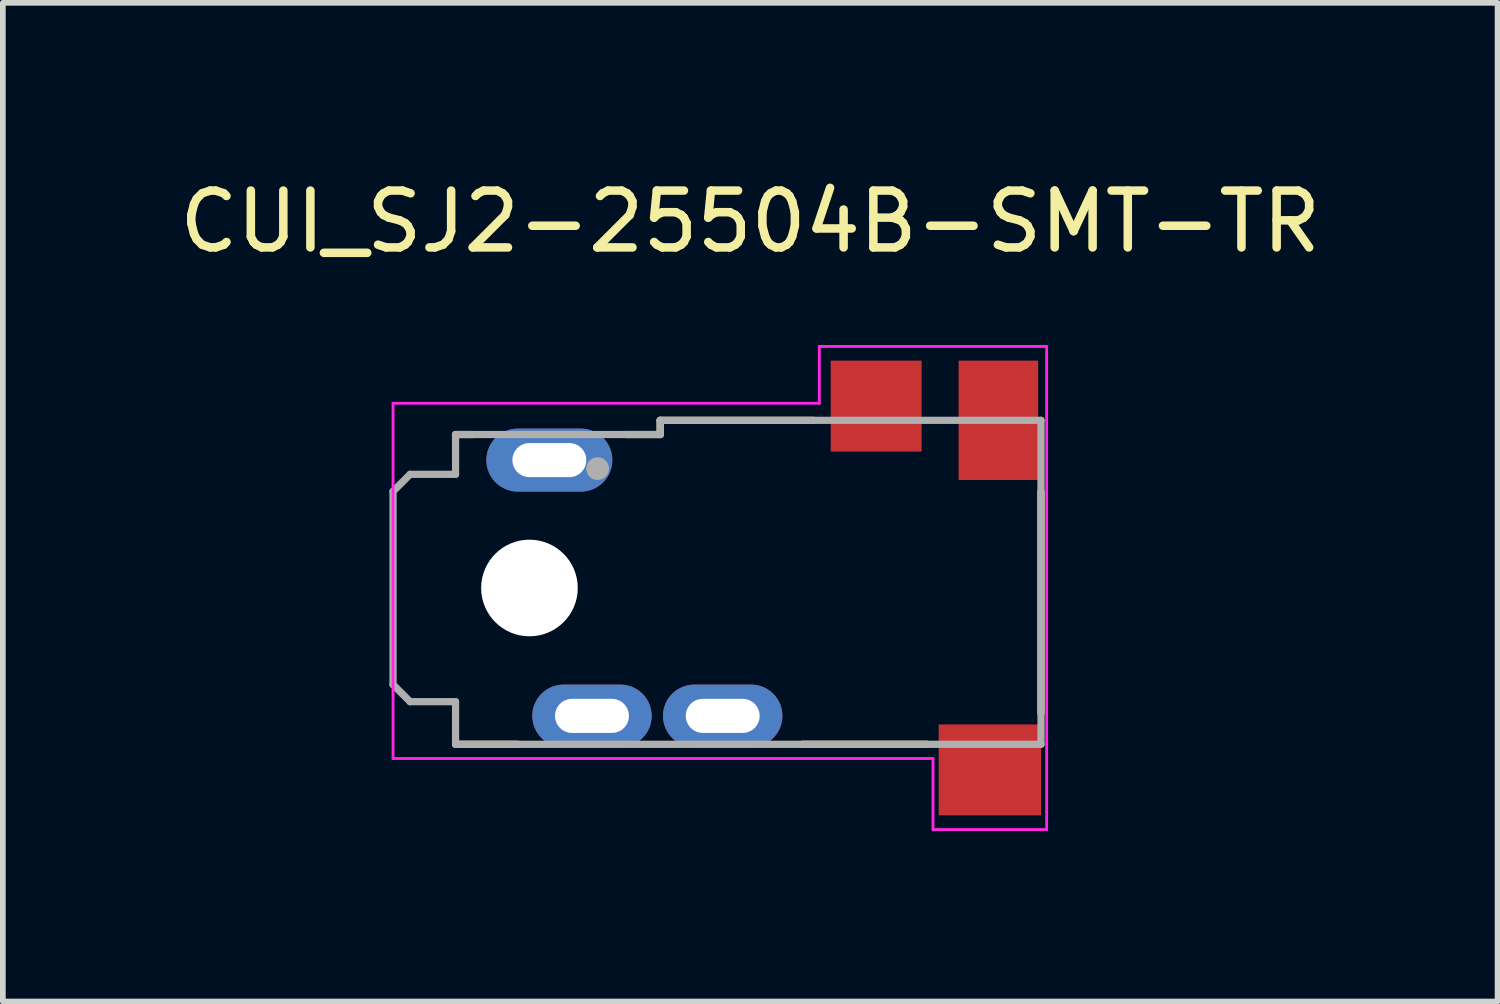
<source format=kicad_pcb>
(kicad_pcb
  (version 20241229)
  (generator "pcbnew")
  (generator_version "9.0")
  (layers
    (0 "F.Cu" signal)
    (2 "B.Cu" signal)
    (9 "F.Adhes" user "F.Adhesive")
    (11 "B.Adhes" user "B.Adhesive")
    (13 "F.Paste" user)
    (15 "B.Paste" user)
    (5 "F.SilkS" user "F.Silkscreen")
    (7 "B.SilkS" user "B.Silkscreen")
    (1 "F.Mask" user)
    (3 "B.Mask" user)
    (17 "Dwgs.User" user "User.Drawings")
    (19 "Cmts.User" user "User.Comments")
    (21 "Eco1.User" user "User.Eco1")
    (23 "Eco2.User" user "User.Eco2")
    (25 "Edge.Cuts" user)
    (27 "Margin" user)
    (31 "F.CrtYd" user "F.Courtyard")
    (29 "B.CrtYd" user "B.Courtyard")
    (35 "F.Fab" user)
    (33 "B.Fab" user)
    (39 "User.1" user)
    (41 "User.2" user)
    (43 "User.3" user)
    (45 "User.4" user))
  (footprint "CUI_SJ2-25504B-SMT-TR"
    (layer "F.Cu")
    (at 10.115 7.295)
    (property "Reference" "CUI_SJ2-25504B-SMT-TR" (at 0.034 -6.447 0) (layer "F.SilkS") (effects (font (size 1 1) (thickness 0.15))))
    (attr smd)
    (fp_line (start -4.85 -2.7) (end -5.15 -2.7) (stroke (width 0.127) (type solid)) (layer "F.SilkS"))
    (fp_line (start -4.05 2.75) (end -5.15 2.75) (stroke (width 0.127) (type solid)) (layer "F.SilkS"))
    (fp_line (start -1.55 -2.95) (end -1.55 -2.7) (stroke (width 0.127) (type solid)) (layer "F.SilkS"))
    (fp_line (start -1.55 -2.95) (end 1.15 -2.95) (stroke (width 0.127) (type solid)) (layer "F.SilkS"))
    (fp_line (start -1.55 -2.7) (end -2.15 -2.7) (stroke (width 0.127) (type solid)) (layer "F.SilkS"))
    (fp_line (start 3.15 2.75) (end 0.95 2.75) (stroke (width 0.127) (type solid)) (layer "F.SilkS"))
    (fp_line (start 5.15 -1.7) (end 5.15 2.2) (stroke (width 0.127) (type solid)) (layer "F.SilkS"))
    (fp_line (start -6.25 -3.25) (end 1.25 -3.25) (stroke (width 0.05) (type solid)) (layer "F.CrtYd"))
    (fp_line (start -6.25 3) (end -6.25 -3.25) (stroke (width 0.05) (type solid)) (layer "F.CrtYd"))
    (fp_line (start 1.25 -4.25) (end 5.25 -4.25) (stroke (width 0.05) (type solid)) (layer "F.CrtYd"))
    (fp_line (start 1.25 -3.25) (end 1.25 -4.25) (stroke (width 0.05) (type solid)) (layer "F.CrtYd"))
    (fp_line (start 3.25 3) (end -6.25 3) (stroke (width 0.05) (type solid)) (layer "F.CrtYd"))
    (fp_line (start 3.25 4.25) (end 3.25 3) (stroke (width 0.05) (type solid)) (layer "F.CrtYd"))
    (fp_line (start 5.25 -4.25) (end 5.25 4.25) (stroke (width 0.05) (type solid)) (layer "F.CrtYd"))
    (fp_line (start 5.25 4.25) (end 3.25 4.25) (stroke (width 0.05) (type solid)) (layer "F.CrtYd"))
    (fp_line (start -6.25 -1.7) (end -6.25 1.7) (stroke (width 0.127) (type solid)) (layer "F.Fab"))
    (fp_line (start -6.25 -1.7) (end -5.95 -2) (stroke (width 0.127) (type solid)) (layer "F.Fab"))
    (fp_line (start -5.95 2) (end -6.25 1.7) (stroke (width 0.127) (type solid)) (layer "F.Fab"))
    (fp_line (start -5.95 2) (end -5.15 2) (stroke (width 0.127) (type solid)) (layer "F.Fab"))
    (fp_line (start -5.15 -2) (end -5.95 -2) (stroke (width 0.127) (type solid)) (layer "F.Fab"))
    (fp_line (start -5.15 -2) (end -5.15 -2.7) (stroke (width 0.127) (type solid)) (layer "F.Fab"))
    (fp_line (start -5.15 2.75) (end -5.15 2) (stroke (width 0.127) (type solid)) (layer "F.Fab"))
    (fp_line (start -1.55 -2.95) (end -1.55 -2.7) (stroke (width 0.127) (type solid)) (layer "F.Fab"))
    (fp_line (start -1.55 -2.95) (end 5.15 -2.95) (stroke (width 0.127) (type solid)) (layer "F.Fab"))
    (fp_line (start -1.55 -2.7) (end -5.15 -2.7) (stroke (width 0.127) (type solid)) (layer "F.Fab"))
    (fp_line (start 5.15 -2.95) (end 5.15 2.75) (stroke (width 0.127) (type solid)) (layer "F.Fab"))
    (fp_line (start 5.15 2.75) (end -5.15 2.75) (stroke (width 0.127) (type solid)) (layer "F.Fab"))
    (fp_circle (center -2.65 -2.1) (end -2.55 -2.1) (stroke (width 0.2) (type solid)) (fill no) (layer "F.Fab"))
    (pad "" np_thru_hole circle (at -3.85 0) (size 1.7 1.7) (drill 1.7) (layers "*.Cu" "*.Mask"))
    (pad "1" thru_hole oval (at -3.5 -2.25) (size 2.216 1.108) (drill oval 1.3 0.6) (layers "*.Cu" "F.Mask" "F.Paste") (remove_unused_layers yes) (keep_end_layers yes) (zone_layer_connections))
    (pad "2" smd rect (at 2.25 -3.2) (size 1.6 1.6) (layers "F.Cu" "F.Mask" "F.Paste"))
    (pad "3" thru_hole oval (at -0.45 2.25) (size 2.1 1.1) (drill oval 1.3 0.6) (layers "*.Cu" "F.Mask" "F.Paste") (remove_unused_layers yes) (keep_end_layers yes) (zone_layer_connections))
    (pad "4" thru_hole oval (at -2.75 2.25) (size 2.1 1.1) (drill oval 1.3 0.6) (layers "*.Cu" "F.Mask" "F.Paste") (remove_unused_layers yes) (keep_end_layers yes) (zone_layer_connections))
    (pad "5" smd rect (at 4.25 3.2) (size 1.8 1.6) (layers "F.Cu" "F.Mask" "F.Paste"))
    (pad "10" smd rect (at 4.4 -2.95) (size 1.4 2.1) (layers "F.Cu" "F.Mask" "F.Paste")))
  (gr_rect
    (start -3 -3)
    (end 23.298 14.57)
    (stroke (width 0.1) (type default))
    (fill no)
    (layer "Edge.Cuts")))
</source>
